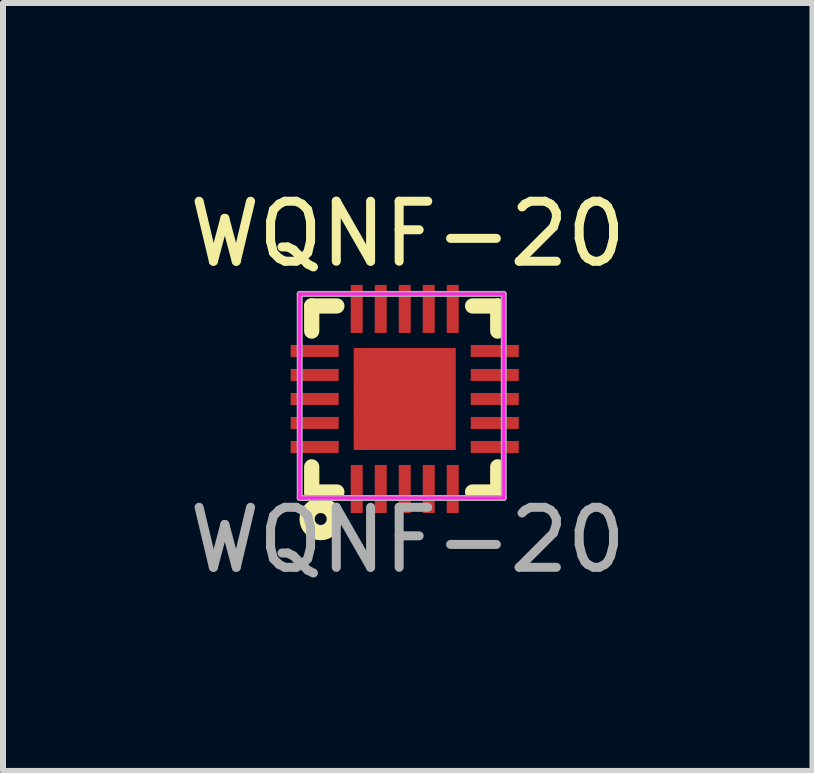
<source format=kicad_pcb>
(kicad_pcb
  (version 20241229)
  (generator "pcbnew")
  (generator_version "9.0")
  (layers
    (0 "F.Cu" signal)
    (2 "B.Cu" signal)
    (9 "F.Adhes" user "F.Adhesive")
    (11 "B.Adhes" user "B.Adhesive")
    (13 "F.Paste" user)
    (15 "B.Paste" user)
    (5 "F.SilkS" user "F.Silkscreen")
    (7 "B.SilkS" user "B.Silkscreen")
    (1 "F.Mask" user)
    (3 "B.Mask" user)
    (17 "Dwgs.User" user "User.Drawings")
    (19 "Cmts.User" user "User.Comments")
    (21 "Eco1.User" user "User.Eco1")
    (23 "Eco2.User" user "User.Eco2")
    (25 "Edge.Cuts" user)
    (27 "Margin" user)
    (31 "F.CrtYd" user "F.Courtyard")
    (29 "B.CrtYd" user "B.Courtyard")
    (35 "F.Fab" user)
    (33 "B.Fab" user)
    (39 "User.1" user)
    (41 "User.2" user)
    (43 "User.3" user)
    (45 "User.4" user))
  (footprint "WQNF-20"
    (layer "F.Cu")
    (at 3.744 3.448)
    (property "Reference" "WQNF-20" (at 0 -2.6 0) (unlocked yes) (layer "F.SilkS") (effects (font (size 1 1) (thickness 0.15))))
    (fp_line (start -1.6 -0.981) (end -1.6 -1.4) (stroke (width 0.254) (type solid)) (layer "F.SilkS"))
    (fp_line (start -1.6 1.7) (end -1.6 1.281) (stroke (width 0.254) (type solid)) (layer "F.SilkS"))
    (fp_line (start -1.6 1.7) (end -1.181 1.7) (stroke (width 0.254) (type solid)) (layer "F.SilkS"))
    (fp_line (start -1.181 -1.4) (end -1.6 -1.4) (stroke (width 0.254) (type solid)) (layer "F.SilkS"))
    (fp_line (start 1.081 1.7) (end 1.5 1.7) (stroke (width 0.254) (type solid)) (layer "F.SilkS"))
    (fp_line (start 1.5 -1.4) (end 1.081 -1.4) (stroke (width 0.254) (type solid)) (layer "F.SilkS"))
    (fp_line (start 1.5 -1.4) (end 1.5 -0.981) (stroke (width 0.254) (type solid)) (layer "F.SilkS"))
    (fp_line (start 1.5 1.281) (end 1.5 1.7) (stroke (width 0.254) (type solid)) (layer "F.SilkS"))
    (fp_circle (center -1.45 2.15) (end -1.45 2.25) (stroke (width 0.254) (type solid)) (fill no) (layer "F.SilkS"))
    (fp_line (start -1.8 -1.6) (end 1.6 -1.6) (stroke (width 0.05) (type solid)) (layer "F.CrtYd"))
    (fp_line (start -1.8 1.8) (end -1.8 -1.6) (stroke (width 0.05) (type solid)) (layer "F.CrtYd"))
    (fp_line (start -1.6 1.8) (end -1.8 1.8) (stroke (width 0.05) (type solid)) (layer "F.CrtYd"))
    (fp_line (start 1.6 -1.6) (end 1.6 1.8) (stroke (width 0.05) (type solid)) (layer "F.CrtYd"))
    (fp_line (start 1.6 1.8) (end -1.6 1.8) (stroke (width 0.05) (type solid)) (layer "F.CrtYd"))
    (fp_line (start -1.8 -1.6) (end -1.8 1.8) (stroke (width 0.1) (type solid)) (layer "F.Fab"))
    (fp_line (start -1.8 1.8) (end 1.6 1.8) (stroke (width 0.1) (type solid)) (layer "F.Fab"))
    (fp_line (start 1.6 -1.6) (end -1.8 -1.6) (stroke (width 0.1) (type solid)) (layer "F.Fab"))
    (fp_line (start 1.6 1.8) (end 1.6 -1.6) (stroke (width 0.1) (type solid)) (layer "F.Fab"))
    (fp_text user "${REFERENCE}" (at 0 2.5 0) (unlocked yes) (layer "F.Fab") (effects (font (size 1 1) (thickness 0.15))))
    (pad "1" smd rect (at -0.85 1.65 180) (size 0.2 0.8) (layers "F.Cu" "F.Mask" "F.Paste"))
    (pad "2" smd rect (at -0.45 1.65 180) (size 0.2 0.8) (layers "F.Cu" "F.Mask" "F.Paste"))
    (pad "3" smd rect (at -0.05 1.65 180) (size 0.2 0.8) (layers "F.Cu" "F.Mask" "F.Paste"))
    (pad "4" smd rect (at 0.35 1.65 180) (size 0.2 0.8) (layers "F.Cu" "F.Mask" "F.Paste"))
    (pad "5" smd rect (at 0.75 1.65 180) (size 0.2 0.8) (layers "F.Cu" "F.Mask" "F.Paste"))
    (pad "6" smd rect (at 1.45 0.95 90) (size 0.2 0.8) (layers "F.Cu" "F.Mask" "F.Paste"))
    (pad "7" smd rect (at 1.45 0.55 90) (size 0.2 0.8) (layers "F.Cu" "F.Mask" "F.Paste"))
    (pad "8" smd rect (at 1.45 0.15 90) (size 0.2 0.8) (layers "F.Cu" "F.Mask" "F.Paste"))
    (pad "9" smd rect (at 1.45 -0.25 90) (size 0.2 0.8) (layers "F.Cu" "F.Mask" "F.Paste"))
    (pad "10" smd rect (at 1.45 -0.65 90) (size 0.2 0.8) (layers "F.Cu" "F.Mask" "F.Paste"))
    (pad "11" smd rect (at 0.75 -1.35 180) (size 0.2 0.8) (layers "F.Cu" "F.Mask" "F.Paste"))
    (pad "12" smd rect (at 0.35 -1.35 180) (size 0.2 0.8) (layers "F.Cu" "F.Mask" "F.Paste"))
    (pad "13" smd rect (at -0.05 -1.35 180) (size 0.2 0.8) (layers "F.Cu" "F.Mask" "F.Paste"))
    (pad "14" smd rect (at -0.45 -1.35 180) (size 0.2 0.8) (layers "F.Cu" "F.Mask" "F.Paste"))
    (pad "15" smd rect (at -0.85 -1.35 180) (size 0.2 0.8) (layers "F.Cu" "F.Mask" "F.Paste"))
    (pad "16" smd rect (at -1.55 -0.65 270) (size 0.2 0.8) (layers "F.Cu" "F.Mask" "F.Paste"))
    (pad "17" smd rect (at -1.55 -0.25 270) (size 0.2 0.8) (layers "F.Cu" "F.Mask" "F.Paste"))
    (pad "18" smd rect (at -1.55 0.15 270) (size 0.2 0.8) (layers "F.Cu" "F.Mask" "F.Paste"))
    (pad "19" smd rect (at -1.55 0.55 270) (size 0.2 0.8) (layers "F.Cu" "F.Mask" "F.Paste"))
    (pad "20" smd rect (at -1.55 0.95 270) (size 0.2 0.8) (layers "F.Cu" "F.Mask" "F.Paste"))
    (pad "21" smd rect (at -0.05 0.15 270) (size 1.7 1.7) (layers "F.Cu" "F.Mask" "F.Paste")))
  (gr_rect
    (start -3 -3)
    (end 10.488 9.796)
    (stroke (width 0.1) (type default))
    (fill no)
    (layer "Edge.Cuts")))
</source>
